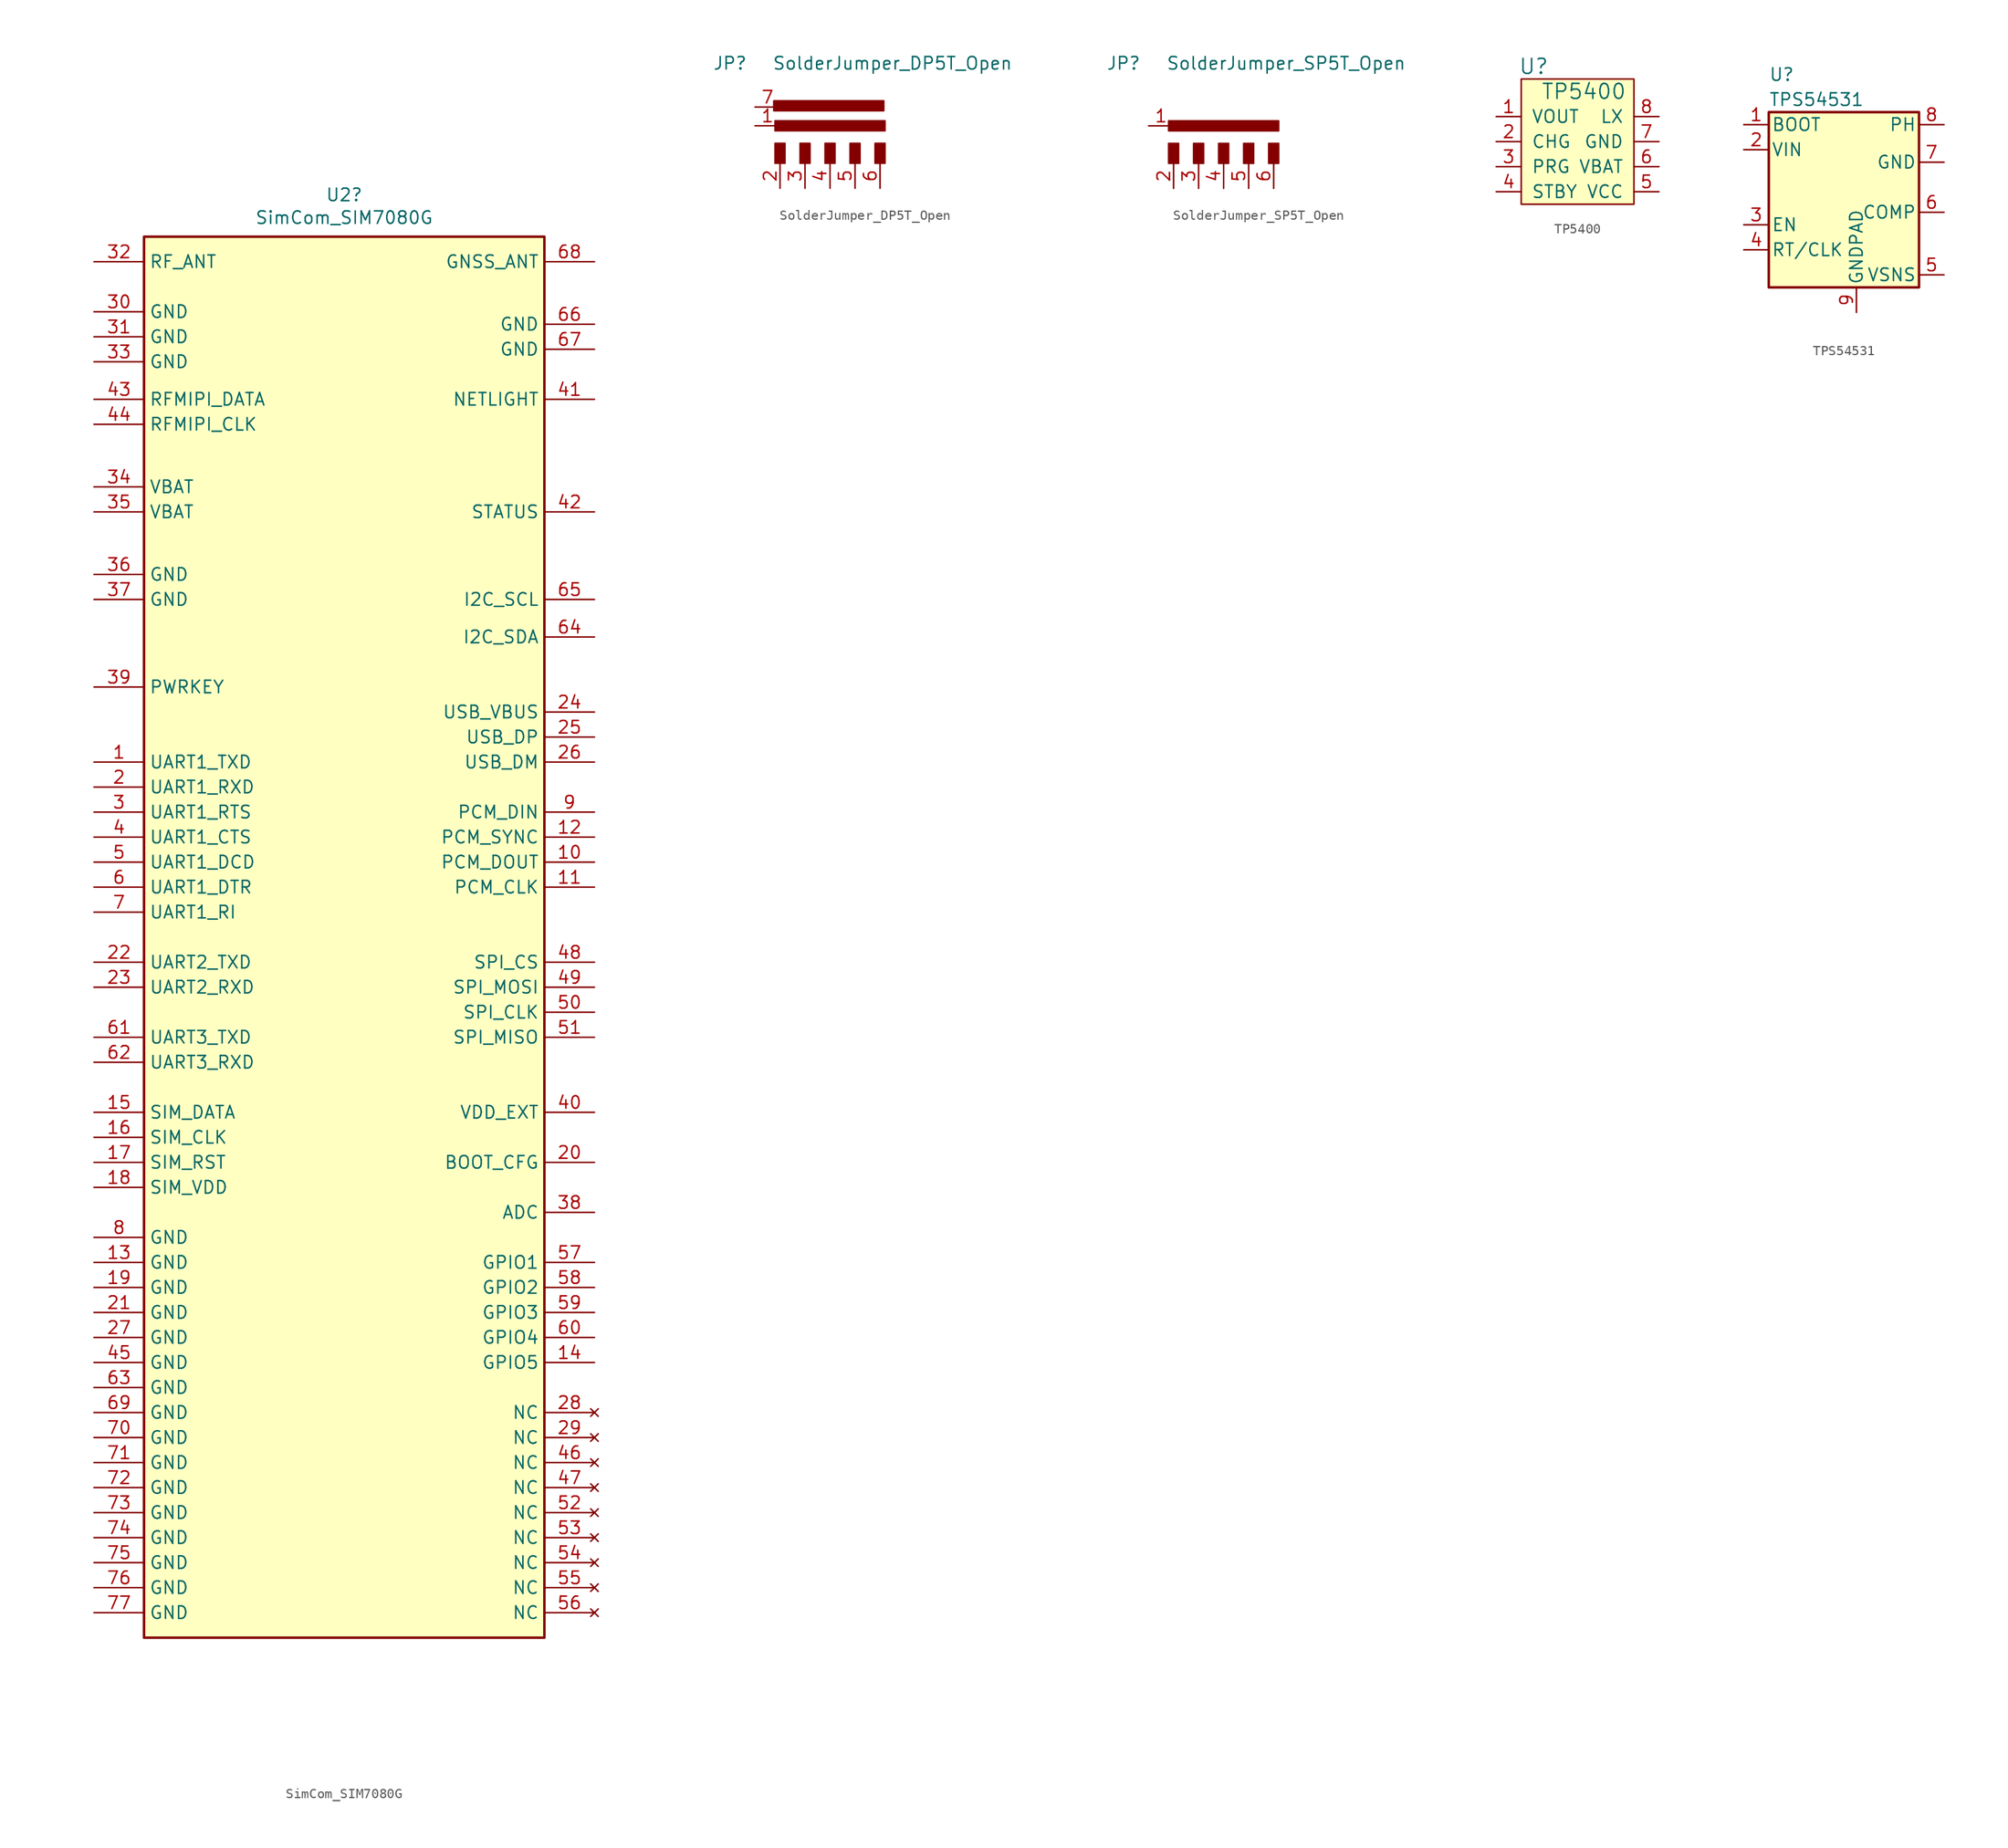
<source format=kicad_sym>
(kicad_symbol_lib
  (version 20211014)
  (generator kicad_symbol_editor)
  (symbol "SimCom_SIM7080G"
    (property "Reference" "U2"
      (at 0 80.442 0)
      (effects (font (size 1.27 1.27))))
    (property "Value" "SimCom_SIM7080G"
      (at 0 78.13 0)
      (effects (font (size 1.27 1.27))))
    (symbol "SimCom_SIM7080G_0_1"
      (rectangle (start -20.32 -66.04) (end 20.32 76.2) (stroke (width 0.254) (type default) (color 0 0 0 0)) (fill (type background))))
    (symbol "SimCom_SIM7080G_1_1"
      (pin bidirectional line (at -25.4 22.86 0) (length 5.08) (name "UART1_TXD" (effects (font (size 1.27 1.27)))) (number "1" (effects (font (size 1.27 1.27)))))
      (pin output line (at 25.4 12.7 180) (length 5.08) (name "PCM_DOUT" (effects (font (size 1.27 1.27)))) (number "10" (effects (font (size 1.27 1.27)))))
      (pin output line (at 25.4 10.16 180) (length 5.08) (name "PCM_CLK" (effects (font (size 1.27 1.27)))) (number "11" (effects (font (size 1.27 1.27)))))
      (pin output line (at 25.4 15.24 180) (length 5.08) (name "PCM_SYNC" (effects (font (size 1.27 1.27)))) (number "12" (effects (font (size 1.27 1.27)))))
      (pin power_in line (at -25.4 -27.94 0) (length 5.08) (name "GND" (effects (font (size 1.27 1.27)))) (number "13" (effects (font (size 1.27 1.27)))))
      (pin bidirectional line (at 25.4 -38.1 180) (length 5.08) (name "GPIO5" (effects (font (size 1.27 1.27)))) (number "14" (effects (font (size 1.27 1.27)))))
      (pin bidirectional line (at -25.4 -12.7 0) (length 5.08) (name "SIM_DATA" (effects (font (size 1.27 1.27)))) (number "15" (effects (font (size 1.27 1.27)))))
      (pin bidirectional line (at -25.4 -15.24 0) (length 5.08) (name "SIM_CLK" (effects (font (size 1.27 1.27)))) (number "16" (effects (font (size 1.27 1.27)))))
      (pin bidirectional line (at -25.4 -17.78 0) (length 5.08) (name "SIM_RST" (effects (font (size 1.27 1.27)))) (number "17" (effects (font (size 1.27 1.27)))))
      (pin power_out line (at -25.4 -20.32 0) (length 5.08) (name "SIM_VDD" (effects (font (size 1.27 1.27)))) (number "18" (effects (font (size 1.27 1.27)))))
      (pin power_in line (at -25.4 -30.48 0) (length 5.08) (name "GND" (effects (font (size 1.27 1.27)))) (number "19" (effects (font (size 1.27 1.27)))))
      (pin bidirectional line (at -25.4 20.32 0) (length 5.08) (name "UART1_RXD" (effects (font (size 1.27 1.27)))) (number "2" (effects (font (size 1.27 1.27)))))
      (pin input line (at 25.4 -17.78 180) (length 5.08) (name "BOOT_CFG" (effects (font (size 1.27 1.27)))) (number "20" (effects (font (size 1.27 1.27)))))
      (pin power_in line (at -25.4 -33.02 0) (length 5.08) (name "GND" (effects (font (size 1.27 1.27)))) (number "21" (effects (font (size 1.27 1.27)))))
      (pin bidirectional line (at -25.4 2.54 0) (length 5.08) (name "UART2_TXD" (effects (font (size 1.27 1.27)))) (number "22" (effects (font (size 1.27 1.27)))))
      (pin bidirectional line (at -25.4 0 0) (length 5.08) (name "UART2_RXD" (effects (font (size 1.27 1.27)))) (number "23" (effects (font (size 1.27 1.27)))))
      (pin power_in line (at 25.4 27.94 180) (length 5.08) (name "USB_VBUS" (effects (font (size 1.27 1.27)))) (number "24" (effects (font (size 1.27 1.27)))))
      (pin bidirectional line (at 25.4 25.4 180) (length 5.08) (name "USB_DP" (effects (font (size 1.27 1.27)))) (number "25" (effects (font (size 1.27 1.27)))))
      (pin bidirectional line (at 25.4 22.86 180) (length 5.08) (name "USB_DM" (effects (font (size 1.27 1.27)))) (number "26" (effects (font (size 1.27 1.27)))))
      (pin power_in line (at -25.4 -35.56 0) (length 5.08) (name "GND" (effects (font (size 1.27 1.27)))) (number "27" (effects (font (size 1.27 1.27)))))
      (pin no_connect line (at 25.4 -43.18 180) (length 5.08) (name "NC" (effects (font (size 1.27 1.27)))) (number "28" (effects (font (size 1.27 1.27)))))
      (pin no_connect line (at 25.4 -45.72 180) (length 5.08) (name "NC" (effects (font (size 1.27 1.27)))) (number "29" (effects (font (size 1.27 1.27)))))
      (pin output line (at -25.4 17.78 0) (length 5.08) (name "UART1_RTS" (effects (font (size 1.27 1.27)))) (number "3" (effects (font (size 1.27 1.27)))))
      (pin power_in line (at -25.4 68.58 0) (length 5.08) (name "GND" (effects (font (size 1.27 1.27)))) (number "30" (effects (font (size 1.27 1.27)))))
      (pin power_in line (at -25.4 66.04 0) (length 5.08) (name "GND" (effects (font (size 1.27 1.27)))) (number "31" (effects (font (size 1.27 1.27)))))
      (pin output line (at -25.4 73.66 0) (length 5.08) (name "RF_ANT" (effects (font (size 1.27 1.27)))) (number "32" (effects (font (size 1.27 1.27)))))
      (pin power_in line (at -25.4 63.5 0) (length 5.08) (name "GND" (effects (font (size 1.27 1.27)))) (number "33" (effects (font (size 1.27 1.27)))))
      (pin power_in line (at -25.4 50.8 0) (length 5.08) (name "VBAT" (effects (font (size 1.27 1.27)))) (number "34" (effects (font (size 1.27 1.27)))))
      (pin power_in line (at -25.4 48.26 0) (length 5.08) (name "VBAT" (effects (font (size 1.27 1.27)))) (number "35" (effects (font (size 1.27 1.27)))))
      (pin power_in line (at -25.4 41.91 0) (length 5.08) (name "GND" (effects (font (size 1.27 1.27)))) (number "36" (effects (font (size 1.27 1.27)))))
      (pin power_in line (at -25.4 39.37 0) (length 5.08) (name "GND" (effects (font (size 1.27 1.27)))) (number "37" (effects (font (size 1.27 1.27)))))
      (pin input line (at 25.4 -22.86 180) (length 5.08) (name "ADC" (effects (font (size 1.27 1.27)))) (number "38" (effects (font (size 1.27 1.27)))))
      (pin input line (at -25.4 30.48 0) (length 5.08) (name "PWRKEY" (effects (font (size 1.27 1.27)))) (number "39" (effects (font (size 1.27 1.27)))))
      (pin input line (at -25.4 15.24 0) (length 5.08) (name "UART1_CTS" (effects (font (size 1.27 1.27)))) (number "4" (effects (font (size 1.27 1.27)))))
      (pin power_out line (at 25.4 -12.7 180) (length 5.08) (name "VDD_EXT" (effects (font (size 1.27 1.27)))) (number "40" (effects (font (size 1.27 1.27)))))
      (pin output line (at 25.4 59.69 180) (length 5.08) (name "NETLIGHT" (effects (font (size 1.27 1.27)))) (number "41" (effects (font (size 1.27 1.27)))))
      (pin output line (at 25.4 48.26 180) (length 5.08) (name "STATUS" (effects (font (size 1.27 1.27)))) (number "42" (effects (font (size 1.27 1.27)))))
      (pin bidirectional line (at -25.4 59.69 0) (length 5.08) (name "RFMIPI_DATA" (effects (font (size 1.27 1.27)))) (number "43" (effects (font (size 1.27 1.27)))))
      (pin bidirectional line (at -25.4 57.15 0) (length 5.08) (name "RFMIPI_CLK" (effects (font (size 1.27 1.27)))) (number "44" (effects (font (size 1.27 1.27)))))
      (pin power_in line (at -25.4 -38.1 0) (length 5.08) (name "GND" (effects (font (size 1.27 1.27)))) (number "45" (effects (font (size 1.27 1.27)))))
      (pin no_connect line (at 25.4 -48.26 180) (length 5.08) (name "NC" (effects (font (size 1.27 1.27)))) (number "46" (effects (font (size 1.27 1.27)))))
      (pin no_connect line (at 25.4 -50.8 180) (length 5.08) (name "NC" (effects (font (size 1.27 1.27)))) (number "47" (effects (font (size 1.27 1.27)))))
      (pin output line (at 25.4 2.54 180) (length 5.08) (name "SPI_CS" (effects (font (size 1.27 1.27)))) (number "48" (effects (font (size 1.27 1.27)))))
      (pin output line (at 25.4 0 180) (length 5.08) (name "SPI_MOSI" (effects (font (size 1.27 1.27)))) (number "49" (effects (font (size 1.27 1.27)))))
      (pin input line (at -25.4 12.7 0) (length 5.08) (name "UART1_DCD" (effects (font (size 1.27 1.27)))) (number "5" (effects (font (size 1.27 1.27)))))
      (pin output line (at 25.4 -2.54 180) (length 5.08) (name "SPI_CLK" (effects (font (size 1.27 1.27)))) (number "50" (effects (font (size 1.27 1.27)))))
      (pin input line (at 25.4 -5.08 180) (length 5.08) (name "SPI_MISO" (effects (font (size 1.27 1.27)))) (number "51" (effects (font (size 1.27 1.27)))))
      (pin no_connect line (at 25.4 -53.34 180) (length 5.08) (name "NC" (effects (font (size 1.27 1.27)))) (number "52" (effects (font (size 1.27 1.27)))))
      (pin no_connect line (at 25.4 -55.88 180) (length 5.08) (name "NC" (effects (font (size 1.27 1.27)))) (number "53" (effects (font (size 1.27 1.27)))))
      (pin no_connect line (at 25.4 -58.42 180) (length 5.08) (name "NC" (effects (font (size 1.27 1.27)))) (number "54" (effects (font (size 1.27 1.27)))))
      (pin no_connect line (at 25.4 -60.96 180) (length 5.08) (name "NC" (effects (font (size 1.27 1.27)))) (number "55" (effects (font (size 1.27 1.27)))))
      (pin no_connect line (at 25.4 -63.5 180) (length 5.08) (name "NC" (effects (font (size 1.27 1.27)))) (number "56" (effects (font (size 1.27 1.27)))))
      (pin bidirectional line (at 25.4 -27.94 180) (length 5.08) (name "GPIO1" (effects (font (size 1.27 1.27)))) (number "57" (effects (font (size 1.27 1.27)))))
      (pin bidirectional line (at 25.4 -30.48 180) (length 5.08) (name "GPIO2" (effects (font (size 1.27 1.27)))) (number "58" (effects (font (size 1.27 1.27)))))
      (pin bidirectional line (at 25.4 -33.02 180) (length 5.08) (name "GPIO3" (effects (font (size 1.27 1.27)))) (number "59" (effects (font (size 1.27 1.27)))))
      (pin output line (at -25.4 10.16 0) (length 5.08) (name "UART1_DTR" (effects (font (size 1.27 1.27)))) (number "6" (effects (font (size 1.27 1.27)))))
      (pin bidirectional line (at 25.4 -35.56 180) (length 5.08) (name "GPIO4" (effects (font (size 1.27 1.27)))) (number "60" (effects (font (size 1.27 1.27)))))
      (pin bidirectional line (at -25.4 -5.08 0) (length 5.08) (name "UART3_TXD" (effects (font (size 1.27 1.27)))) (number "61" (effects (font (size 1.27 1.27)))))
      (pin bidirectional line (at -25.4 -7.62 0) (length 5.08) (name "UART3_RXD" (effects (font (size 1.27 1.27)))) (number "62" (effects (font (size 1.27 1.27)))))
      (pin power_in line (at -25.4 -40.64 0) (length 5.08) (name "GND" (effects (font (size 1.27 1.27)))) (number "63" (effects (font (size 1.27 1.27)))))
      (pin bidirectional line (at 25.4 35.56 180) (length 5.08) (name "I2C_SDA" (effects (font (size 1.27 1.27)))) (number "64" (effects (font (size 1.27 1.27)))))
      (pin bidirectional line (at 25.4 39.37 180) (length 5.08) (name "I2C_SCL" (effects (font (size 1.27 1.27)))) (number "65" (effects (font (size 1.27 1.27)))))
      (pin power_in line (at 25.4 67.31 180) (length 5.08) (name "GND" (effects (font (size 1.27 1.27)))) (number "66" (effects (font (size 1.27 1.27)))))
      (pin power_in line (at 25.4 64.77 180) (length 5.08) (name "GND" (effects (font (size 1.27 1.27)))) (number "67" (effects (font (size 1.27 1.27)))))
      (pin output line (at 25.4 73.66 180) (length 5.08) (name "GNSS_ANT" (effects (font (size 1.27 1.27)))) (number "68" (effects (font (size 1.27 1.27)))))
      (pin power_in line (at -25.4 -43.18 0) (length 5.08) (name "GND" (effects (font (size 1.27 1.27)))) (number "69" (effects (font (size 1.27 1.27)))))
      (pin output line (at -25.4 7.62 0) (length 5.08) (name "UART1_RI" (effects (font (size 1.27 1.27)))) (number "7" (effects (font (size 1.27 1.27)))))
      (pin power_in line (at -25.4 -45.72 0) (length 5.08) (name "GND" (effects (font (size 1.27 1.27)))) (number "70" (effects (font (size 1.27 1.27)))))
      (pin power_in line (at -25.4 -48.26 0) (length 5.08) (name "GND" (effects (font (size 1.27 1.27)))) (number "71" (effects (font (size 1.27 1.27)))))
      (pin power_in line (at -25.4 -50.8 0) (length 5.08) (name "GND" (effects (font (size 1.27 1.27)))) (number "72" (effects (font (size 1.27 1.27)))))
      (pin power_in line (at -25.4 -53.34 0) (length 5.08) (name "GND" (effects (font (size 1.27 1.27)))) (number "73" (effects (font (size 1.27 1.27)))))
      (pin power_in line (at -25.4 -55.88 0) (length 5.08) (name "GND" (effects (font (size 1.27 1.27)))) (number "74" (effects (font (size 1.27 1.27)))))
      (pin power_in line (at -25.4 -58.42 0) (length 5.08) (name "GND" (effects (font (size 1.27 1.27)))) (number "75" (effects (font (size 1.27 1.27)))))
      (pin power_in line (at -25.4 -60.96 0) (length 5.08) (name "GND" (effects (font (size 1.27 1.27)))) (number "76" (effects (font (size 1.27 1.27)))))
      (pin power_in line (at -25.4 -63.5 0) (length 5.08) (name "GND" (effects (font (size 1.27 1.27)))) (number "77" (effects (font (size 1.27 1.27)))))
      (pin power_in line (at -25.4 -25.4 0) (length 5.08) (name "GND" (effects (font (size 1.27 1.27)))) (number "8" (effects (font (size 1.27 1.27)))))
      (pin input line (at 25.4 17.78 180) (length 5.08) (name "PCM_DIN" (effects (font (size 1.27 1.27)))) (number "9" (effects (font (size 1.27 1.27)))))))
  (symbol "SolderJumper_DP5T_Open"
    (pin_names
      (offset 0) hide)
    (property "Reference" "JP"
      (at -10.16 10.16 0)
      (effects (font (size 1.27 1.27))))
    (property "Value" "SolderJumper_DP5T_Open"
      (at 6.35 10.16 0)
      (effects (font (size 1.27 1.27))))
    (symbol "SolderJumper_DP5T_Open_0_1"
      (rectangle (start -5.715 6.35) (end 5.461 5.334) (stroke (width 0) (type default) (color 0 0 0 0)) (fill (type outline)))
      (rectangle (start -5.588 2.032) (end -4.572 0) (stroke (width 0) (type default) (color 0 0 0 0)) (fill (type outline)))
      (rectangle (start -5.588 4.318) (end 5.588 3.302) (stroke (width 0) (type default) (color 0 0 0 0)) (fill (type outline)))
      (rectangle (start -3.048 2.032) (end -2.032 0) (stroke (width 0) (type default) (color 0 0 0 0)) (fill (type outline)))
      (rectangle (start -0.508 2.032) (end 0.508 0) (stroke (width 0) (type default) (color 0 0 0 0)) (fill (type outline)))
      (rectangle (start 2.032 2.032) (end 3.048 0) (stroke (width 0) (type default) (color 0 0 0 0)) (fill (type outline)))
      (rectangle (start 4.572 2.032) (end 5.588 0) (stroke (width 0) (type default) (color 0 0 0 0)) (fill (type outline))))
    (symbol "SolderJumper_DP5T_Open_1_1"
      (pin passive line (at -7.62 3.81 0) (length 2.54) (name "A" (effects (font (size 1.27 1.27)))) (number "1" (effects (font (size 1.27 1.27)))))
      (pin passive line (at -5.08 -2.54 90) (length 2.54) (name "A" (effects (font (size 1.27 1.27)))) (number "2" (effects (font (size 1.27 1.27)))))
      (pin passive line (at -2.54 -2.54 90) (length 2.54) (name "B" (effects (font (size 1.27 1.27)))) (number "3" (effects (font (size 1.27 1.27)))))
      (pin passive line (at 0 -2.54 90) (length 2.54) (name "C" (effects (font (size 1.27 1.27)))) (number "4" (effects (font (size 1.27 1.27)))))
      (pin passive line (at 2.54 -2.54 90) (length 2.54) (name "D" (effects (font (size 1.27 1.27)))) (number "5" (effects (font (size 1.27 1.27)))))
      (pin passive line (at 5.08 -2.54 90) (length 2.54) (name "E" (effects (font (size 1.27 1.27)))) (number "6" (effects (font (size 1.27 1.27)))))
      (pin passive line (at -7.62 5.715 0) (length 2.54) (name "B" (effects (font (size 1.27 1.27)))) (number "7" (effects (font (size 1.27 1.27)))))))
  (symbol "SolderJumper_SP5T_Open"
    (pin_names
      (offset 0) hide)
    (property "Reference" "JP"
      (at -10.16 10.16 0)
      (effects (font (size 1.27 1.27))))
    (property "Value" "SolderJumper_SP5T_Open"
      (at 6.35 10.16 0)
      (effects (font (size 1.27 1.27))))
    (symbol "SolderJumper_SP5T_Open_0_1"
      (rectangle (start -5.588 2.032) (end -4.572 0) (stroke (width 0) (type default) (color 0 0 0 0)) (fill (type outline)))
      (rectangle (start -5.588 4.318) (end 5.588 3.302) (stroke (width 0) (type default) (color 0 0 0 0)) (fill (type outline)))
      (rectangle (start -3.048 2.032) (end -2.032 0) (stroke (width 0) (type default) (color 0 0 0 0)) (fill (type outline)))
      (rectangle (start -0.508 2.032) (end 0.508 0) (stroke (width 0) (type default) (color 0 0 0 0)) (fill (type outline)))
      (rectangle (start 2.032 2.032) (end 3.048 0) (stroke (width 0) (type default) (color 0 0 0 0)) (fill (type outline)))
      (rectangle (start 4.572 2.032) (end 5.588 0) (stroke (width 0) (type default) (color 0 0 0 0)) (fill (type outline))))
    (symbol "SolderJumper_SP5T_Open_1_1"
      (pin passive line (at -7.62 3.81 0) (length 2.54) (name "A" (effects (font (size 1.27 1.27)))) (number "1" (effects (font (size 1.27 1.27)))))
      (pin passive line (at -5.08 -2.54 90) (length 2.54) (name "A" (effects (font (size 1.27 1.27)))) (number "2" (effects (font (size 1.27 1.27)))))
      (pin passive line (at -2.54 -2.54 90) (length 2.54) (name "B" (effects (font (size 1.27 1.27)))) (number "3" (effects (font (size 1.27 1.27)))))
      (pin passive line (at 0 -2.54 90) (length 2.54) (name "C" (effects (font (size 1.27 1.27)))) (number "4" (effects (font (size 1.27 1.27)))))
      (pin passive line (at 2.54 -2.54 90) (length 2.54) (name "D" (effects (font (size 1.27 1.27)))) (number "5" (effects (font (size 1.27 1.27)))))
      (pin passive line (at 5.08 -2.54 90) (length 2.54) (name "E" (effects (font (size 1.27 1.27)))) (number "6" (effects (font (size 1.27 1.27)))))))
  (symbol "TP5400"
    (pin_names
      (offset 1.016))
    (property "Reference" "U"
      (at 2.54 7.62 0)
      (effects (font (size 1.524 1.524))))
    (property "Value" "TP5400"
      (at 7.62 5.08 0)
      (effects (font (size 1.524 1.524))))
    (symbol "TP5400_0_1"
      (rectangle (start 1.27 6.35) (end 12.7 -6.35) (stroke (width 0) (type default) (color 0 0 0 0)) (fill (type background))))
    (symbol "TP5400_1_1"
      (pin power_out line (at -1.27 2.54 0) (length 2.54) (name "VOUT" (effects (font (size 1.27 1.27)))) (number "1" (effects (font (size 1.27 1.27)))))
      (pin input line (at -1.27 0 0) (length 2.54) (name "CHG" (effects (font (size 1.27 1.27)))) (number "2" (effects (font (size 1.27 1.27)))))
      (pin input line (at -1.27 -2.54 0) (length 2.54) (name "PRG" (effects (font (size 1.27 1.27)))) (number "3" (effects (font (size 1.27 1.27)))))
      (pin input line (at -1.27 -5.08 0) (length 2.54) (name "STBY" (effects (font (size 1.27 1.27)))) (number "4" (effects (font (size 1.27 1.27)))))
      (pin power_in line (at 15.24 -5.08 180) (length 2.54) (name "VCC" (effects (font (size 1.27 1.27)))) (number "5" (effects (font (size 1.27 1.27)))))
      (pin input line (at 15.24 -2.54 180) (length 2.54) (name "VBAT" (effects (font (size 1.27 1.27)))) (number "6" (effects (font (size 1.27 1.27)))))
      (pin power_in line (at 15.24 0 180) (length 2.54) (name "GND" (effects (font (size 1.27 1.27)))) (number "7" (effects (font (size 1.27 1.27)))))
      (pin input line (at 15.24 2.54 180) (length 2.54) (name "LX" (effects (font (size 1.27 1.27)))) (number "8" (effects (font (size 1.27 1.27)))))))
  (symbol "TPS54531"
    (pin_names
      (offset 0.254))
    (property "Reference" "U"
      (at -7.62 11.43 0)
      (effects (font (size 1.27 1.27)) (justify left)))
    (property "Value" "TPS54531"
      (at -7.62 8.89 0)
      (effects (font (size 1.27 1.27)) (justify left)))
    (symbol "TPS54531_0_1"
      (rectangle (start -7.62 7.62) (end 7.62 -10.16) (stroke (width 0.254) (type default) (color 0 0 0 0)) (fill (type background))))
    (symbol "TPS54531_1_1"
      (pin input line (at -10.16 6.35 0) (length 2.54) (name "BOOT" (effects (font (size 1.27 1.27)))) (number "1" (effects (font (size 1.27 1.27)))))
      (pin power_in line (at -10.16 3.81 0) (length 2.54) (name "VIN" (effects (font (size 1.27 1.27)))) (number "2" (effects (font (size 1.27 1.27)))))
      (pin input line (at -10.16 -3.81 0) (length 2.54) (name "EN" (effects (font (size 1.27 1.27)))) (number "3" (effects (font (size 1.27 1.27)))))
      (pin input line (at -10.16 -6.35 0) (length 2.54) (name "RT/CLK" (effects (font (size 1.27 1.27)))) (number "4" (effects (font (size 1.27 1.27)))))
      (pin input line (at 10.16 -8.89 180) (length 2.54) (name "VSNS" (effects (font (size 1.27 1.27)))) (number "5" (effects (font (size 1.27 1.27)))))
      (pin passive line (at 10.16 -2.54 180) (length 2.54) (name "COMP" (effects (font (size 1.27 1.27)))) (number "6" (effects (font (size 1.27 1.27)))))
      (pin power_in line (at 10.16 2.54 180) (length 2.54) (name "GND" (effects (font (size 1.27 1.27)))) (number "7" (effects (font (size 1.27 1.27)))))
      (pin output line (at 10.16 6.35 180) (length 2.54) (name "PH" (effects (font (size 1.27 1.27)))) (number "8" (effects (font (size 1.27 1.27)))))
      (pin power_in line (at 1.27 -12.7 90) (length 2.54) (name "GNDPAD" (effects (font (size 1.27 1.27)))) (number "9" (effects (font (size 1.27 1.27))))))))
</source>
